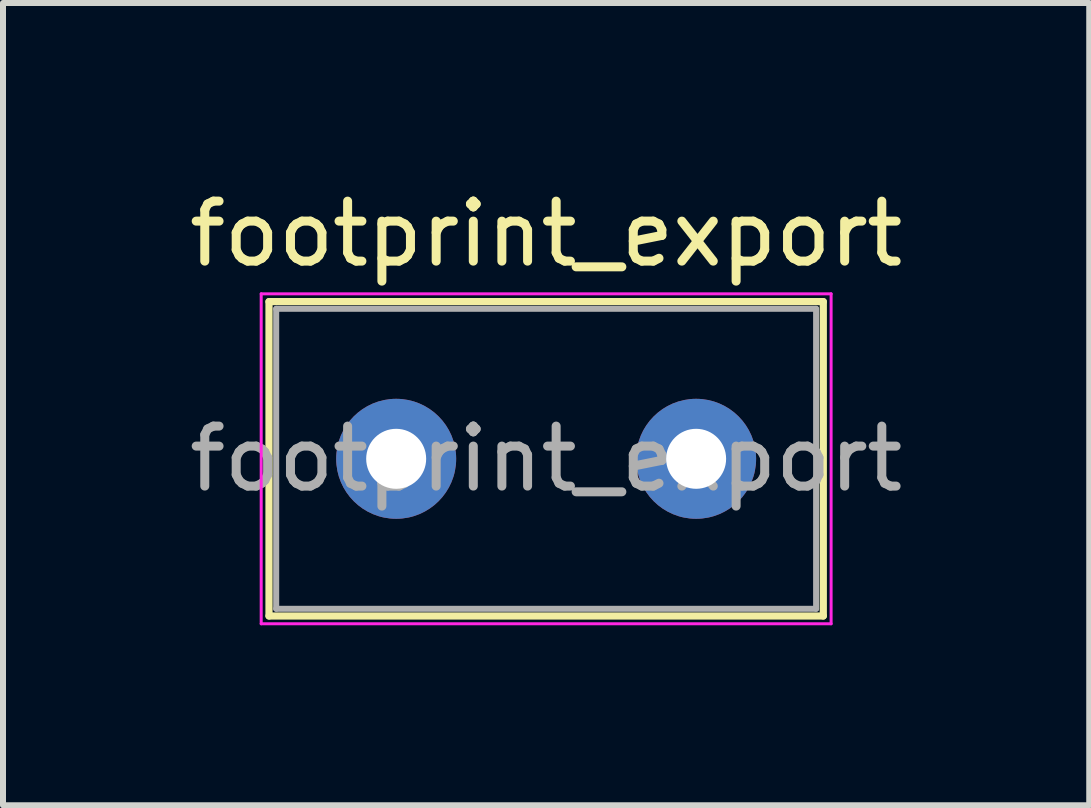
<source format=kicad_pcb>
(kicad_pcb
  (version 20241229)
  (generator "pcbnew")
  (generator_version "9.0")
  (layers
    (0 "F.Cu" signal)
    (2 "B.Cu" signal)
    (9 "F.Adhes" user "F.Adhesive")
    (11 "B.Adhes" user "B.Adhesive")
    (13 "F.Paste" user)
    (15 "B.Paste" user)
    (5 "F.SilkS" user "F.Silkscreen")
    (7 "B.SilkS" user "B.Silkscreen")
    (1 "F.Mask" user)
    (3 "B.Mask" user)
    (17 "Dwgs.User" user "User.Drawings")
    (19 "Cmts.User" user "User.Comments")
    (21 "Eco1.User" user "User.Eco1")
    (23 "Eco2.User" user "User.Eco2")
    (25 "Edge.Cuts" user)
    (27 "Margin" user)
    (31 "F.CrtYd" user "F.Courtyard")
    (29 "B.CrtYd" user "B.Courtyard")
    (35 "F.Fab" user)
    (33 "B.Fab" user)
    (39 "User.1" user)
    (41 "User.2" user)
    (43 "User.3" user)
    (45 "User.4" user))
  (footprint "footprint_export"
    (layer "F.Cu")
    (at 3.554 4.598)
    (property "Reference" "footprint_export" (at 2.5 -3.75 0) (layer "F.SilkS") (effects (font (size 1 1) (thickness 0.15))))
    (attr through_hole)
    (fp_line (start -2.12 -2.62) (end -2.12 2.62) (stroke (width 0.12) (type solid)) (layer "F.SilkS"))
    (fp_line (start -2.12 -2.62) (end 7.12 -2.62) (stroke (width 0.12) (type solid)) (layer "F.SilkS"))
    (fp_line (start -2.12 2.62) (end 7.12 2.62) (stroke (width 0.12) (type solid)) (layer "F.SilkS"))
    (fp_line (start 7.12 -2.62) (end 7.12 2.62) (stroke (width 0.12) (type solid)) (layer "F.SilkS"))
    (fp_line (start -2.25 -2.75) (end -2.25 2.75) (stroke (width 0.05) (type solid)) (layer "F.CrtYd"))
    (fp_line (start -2.25 2.75) (end 7.25 2.75) (stroke (width 0.05) (type solid)) (layer "F.CrtYd"))
    (fp_line (start 7.25 -2.75) (end -2.25 -2.75) (stroke (width 0.05) (type solid)) (layer "F.CrtYd"))
    (fp_line (start 7.25 2.75) (end 7.25 -2.75) (stroke (width 0.05) (type solid)) (layer "F.CrtYd"))
    (fp_line (start -2 -2.5) (end -2 2.5) (stroke (width 0.1) (type solid)) (layer "F.Fab"))
    (fp_line (start -2 2.5) (end 7 2.5) (stroke (width 0.1) (type solid)) (layer "F.Fab"))
    (fp_line (start 7 -2.5) (end -2 -2.5) (stroke (width 0.1) (type solid)) (layer "F.Fab"))
    (fp_line (start 7 2.5) (end 7 -2.5) (stroke (width 0.1) (type solid)) (layer "F.Fab"))
    (fp_text user "${REFERENCE}" (at 2.5 0 0) (layer "F.Fab") (effects (font (size 1 1) (thickness 0.15))))
    (pad "1" thru_hole circle (at 0 0) (size 2 2) (drill 1) (layers "*.Cu" "*.Mask"))
    (pad "2" thru_hole circle (at 5 0) (size 2 2) (drill 1) (layers "*.Cu" "*.Mask")))
  (gr_rect
    (start -3 -3)
    (end 15.107 10.373)
    (stroke (width 0.1) (type default))
    (fill no)
    (layer "Edge.Cuts")))
</source>
